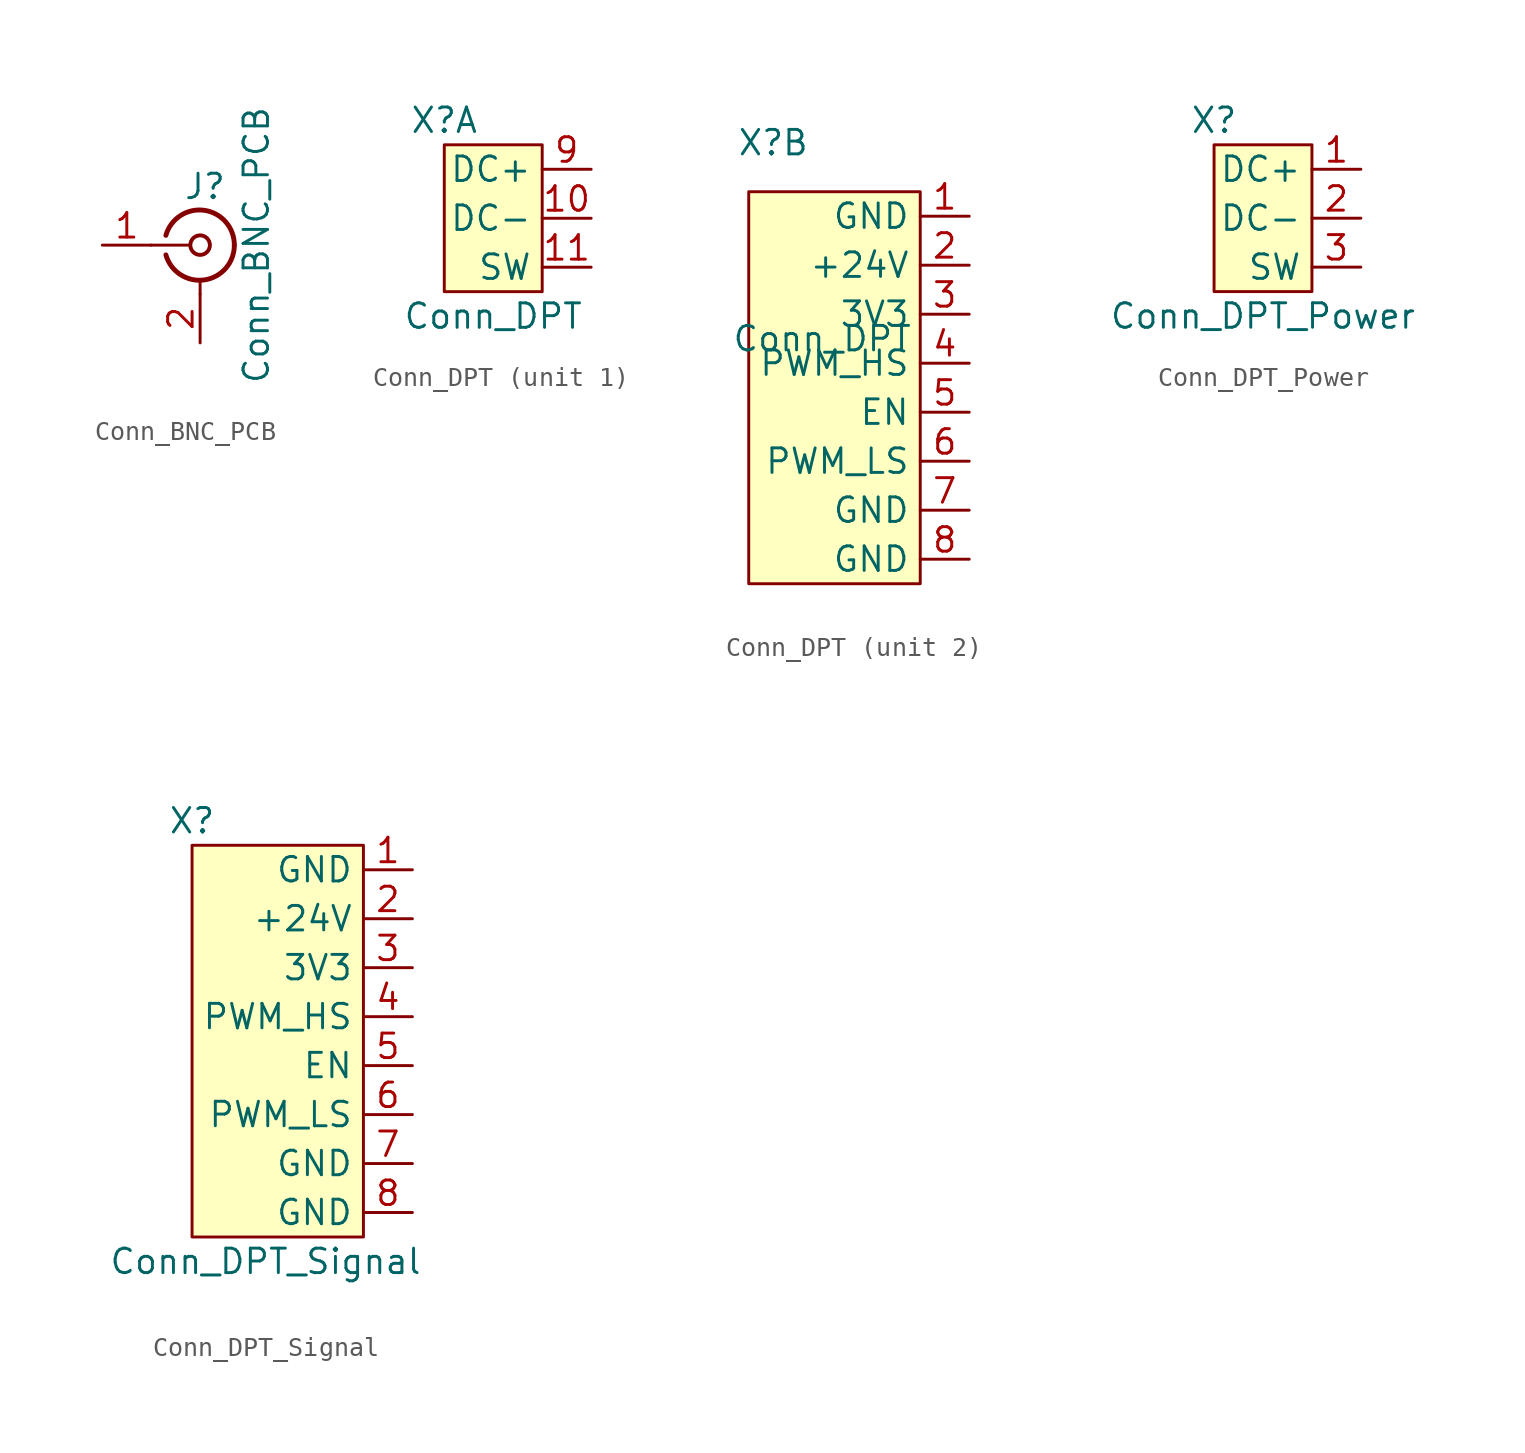
<source format=kicad_sym>
(kicad_symbol_lib
  (version 20211014)
  (generator kicad_symbol_editor)
  (symbol "Conn_BNC_PCB"
    (pin_names
      (offset 1.016) hide)
    (property "Reference" "J"
      (at 0.254 3.048 0)
      (effects (font (size 1.27 1.27))))
    (property "Value" "Conn_BNC_PCB"
      (at 2.921 0 90)
      (effects (font (size 1.27 1.27))))
    (symbol "Conn_BNC_PCB_0_1"
      (arc (start -1.778 -0.508) (mid 0.2311 -1.8066) (end 1.778 0) (stroke (width 0.254) (type default) (color 0 0 0 0)) (fill (type none)))
      (polyline (pts (xy -2.54 0) (xy -0.508 0)) (stroke (width 0) (type default) (color 0 0 0 0)) (fill (type none)))
      (polyline (pts (xy 0 -2.54) (xy 0 -1.778)) (stroke (width 0) (type default) (color 0 0 0 0)) (fill (type none)))
      (circle (center 0 0) (radius 0.508) (stroke (width 0.203) (type default) (color 0 0 0 0)) (fill (type none)))
      (arc (start 1.778 0) (mid 0.2099 1.8101) (end -1.778 0.508) (stroke (width 0.254) (type default) (color 0 0 0 0)) (fill (type none))))
    (symbol "Conn_BNC_PCB_1_1"
      (pin passive line (at -5.08 0 0) (length 2.54) (name "In" (effects (font (size 1.27 1.27)))) (number "1" (effects (font (size 1.27 1.27)))))
      (pin passive line (at 0 -5.08 90) (length 2.54) (name "Ext" (effects (font (size 1.27 1.27)))) (number "2" (effects (font (size 1.27 1.27)))))))
  (symbol "Conn_DPT"
    (property "Reference" "X"
      (at -2.54 5.08 0)
      (effects (font (size 1.27 1.27))))
    (property "Value" "Conn_DPT"
      (at 0 -5.08 0)
      (effects (font (size 1.27 1.27))))
    (symbol "Conn_DPT_1_1"
      (rectangle (start -2.54 3.81) (end 2.54 -3.81) (stroke (width 0) (type default) (color 0 0 0 0)) (fill (type background)))
      (pin power_out line (at 5.08 0 180) (length 2.54) (name "DC-" (effects (font (size 1.27 1.27)))) (number "10" (effects (font (size 1.27 1.27)))))
      (pin passive line (at 5.08 -2.54 180) (length 2.54) (name "SW" (effects (font (size 1.27 1.27)))) (number "11" (effects (font (size 1.27 1.27)))))
      (pin power_out line (at 5.08 2.54 180) (length 2.54) (name "DC+" (effects (font (size 1.27 1.27)))) (number "9" (effects (font (size 1.27 1.27))))))
    (symbol "Conn_DPT_2_1"
      (rectangle (start -3.81 2.54) (end 5.08 -17.78) (stroke (width 0) (type default) (color 0 0 0 0)) (fill (type background)))
      (pin passive line (at 7.62 1.27 180) (length 2.54) (name "GND" (effects (font (size 1.27 1.27)))) (number "1" (effects (font (size 1.27 1.27)))))
      (pin power_out line (at 7.62 -1.27 180) (length 2.54) (name "+24V" (effects (font (size 1.27 1.27)))) (number "2" (effects (font (size 1.27 1.27)))))
      (pin power_out line (at 7.62 -3.81 180) (length 2.54) (name "3V3" (effects (font (size 1.27 1.27)))) (number "3" (effects (font (size 1.27 1.27)))))
      (pin output line (at 7.62 -6.35 180) (length 2.54) (name "PWM_HS" (effects (font (size 1.27 1.27)))) (number "4" (effects (font (size 1.27 1.27)))))
      (pin output line (at 7.62 -8.89 180) (length 2.54) (name "EN" (effects (font (size 1.27 1.27)))) (number "5" (effects (font (size 1.27 1.27)))))
      (pin output line (at 7.62 -11.43 180) (length 2.54) (name "PWM_LS" (effects (font (size 1.27 1.27)))) (number "6" (effects (font (size 1.27 1.27)))))
      (pin passive line (at 7.62 -13.97 180) (length 2.54) (name "GND" (effects (font (size 1.27 1.27)))) (number "7" (effects (font (size 1.27 1.27)))))
      (pin power_out line (at 7.62 -16.51 180) (length 2.54) (name "GND" (effects (font (size 1.27 1.27)))) (number "8" (effects (font (size 1.27 1.27)))))))
  (symbol "Conn_DPT_Power"
    (property "Reference" "X"
      (at -2.54 5.08 0)
      (effects (font (size 1.27 1.27))))
    (property "Value" "Conn_DPT_Power"
      (at 0 -5.08 0)
      (effects (font (size 1.27 1.27))))
    (symbol "Conn_DPT_Power_0_1"
      (rectangle (start -2.54 3.81) (end 2.54 -3.81) (stroke (width 0) (type default) (color 0 0 0 0)) (fill (type background))))
    (symbol "Conn_DPT_Power_1_1"
      (pin power_out line (at 5.08 2.54 180) (length 2.54) (name "DC+" (effects (font (size 1.27 1.27)))) (number "1" (effects (font (size 1.27 1.27)))))
      (pin power_out line (at 5.08 0 180) (length 2.54) (name "DC-" (effects (font (size 1.27 1.27)))) (number "2" (effects (font (size 1.27 1.27)))))
      (pin passive line (at 5.08 -2.54 180) (length 2.54) (name "SW" (effects (font (size 1.27 1.27)))) (number "3" (effects (font (size 1.27 1.27)))))))
  (symbol "Conn_DPT_Signal"
    (property "Reference" "X"
      (at -5.08 11.43 0)
      (effects (font (size 1.27 1.27))))
    (property "Value" "Conn_DPT_Signal"
      (at -1.27 -11.43 0)
      (effects (font (size 1.27 1.27))))
    (symbol "Conn_DPT_Signal_0_1"
      (rectangle (start -5.08 10.16) (end 3.81 -10.16) (stroke (width 0) (type default) (color 0 0 0 0)) (fill (type background))))
    (symbol "Conn_DPT_Signal_1_1"
      (pin passive line (at 6.35 8.89 180) (length 2.54) (name "GND" (effects (font (size 1.27 1.27)))) (number "1" (effects (font (size 1.27 1.27)))))
      (pin power_out line (at 6.35 6.35 180) (length 2.54) (name "+24V" (effects (font (size 1.27 1.27)))) (number "2" (effects (font (size 1.27 1.27)))))
      (pin power_out line (at 6.35 3.81 180) (length 2.54) (name "3V3" (effects (font (size 1.27 1.27)))) (number "3" (effects (font (size 1.27 1.27)))))
      (pin output line (at 6.35 1.27 180) (length 2.54) (name "PWM_HS" (effects (font (size 1.27 1.27)))) (number "4" (effects (font (size 1.27 1.27)))))
      (pin output line (at 6.35 -1.27 180) (length 2.54) (name "EN" (effects (font (size 1.27 1.27)))) (number "5" (effects (font (size 1.27 1.27)))))
      (pin output line (at 6.35 -3.81 180) (length 2.54) (name "PWM_LS" (effects (font (size 1.27 1.27)))) (number "6" (effects (font (size 1.27 1.27)))))
      (pin passive line (at 6.35 -6.35 180) (length 2.54) (name "GND" (effects (font (size 1.27 1.27)))) (number "7" (effects (font (size 1.27 1.27)))))
      (pin power_out line (at 6.35 -8.89 180) (length 2.54) (name "GND" (effects (font (size 1.27 1.27)))) (number "8" (effects (font (size 1.27 1.27))))))))
</source>
